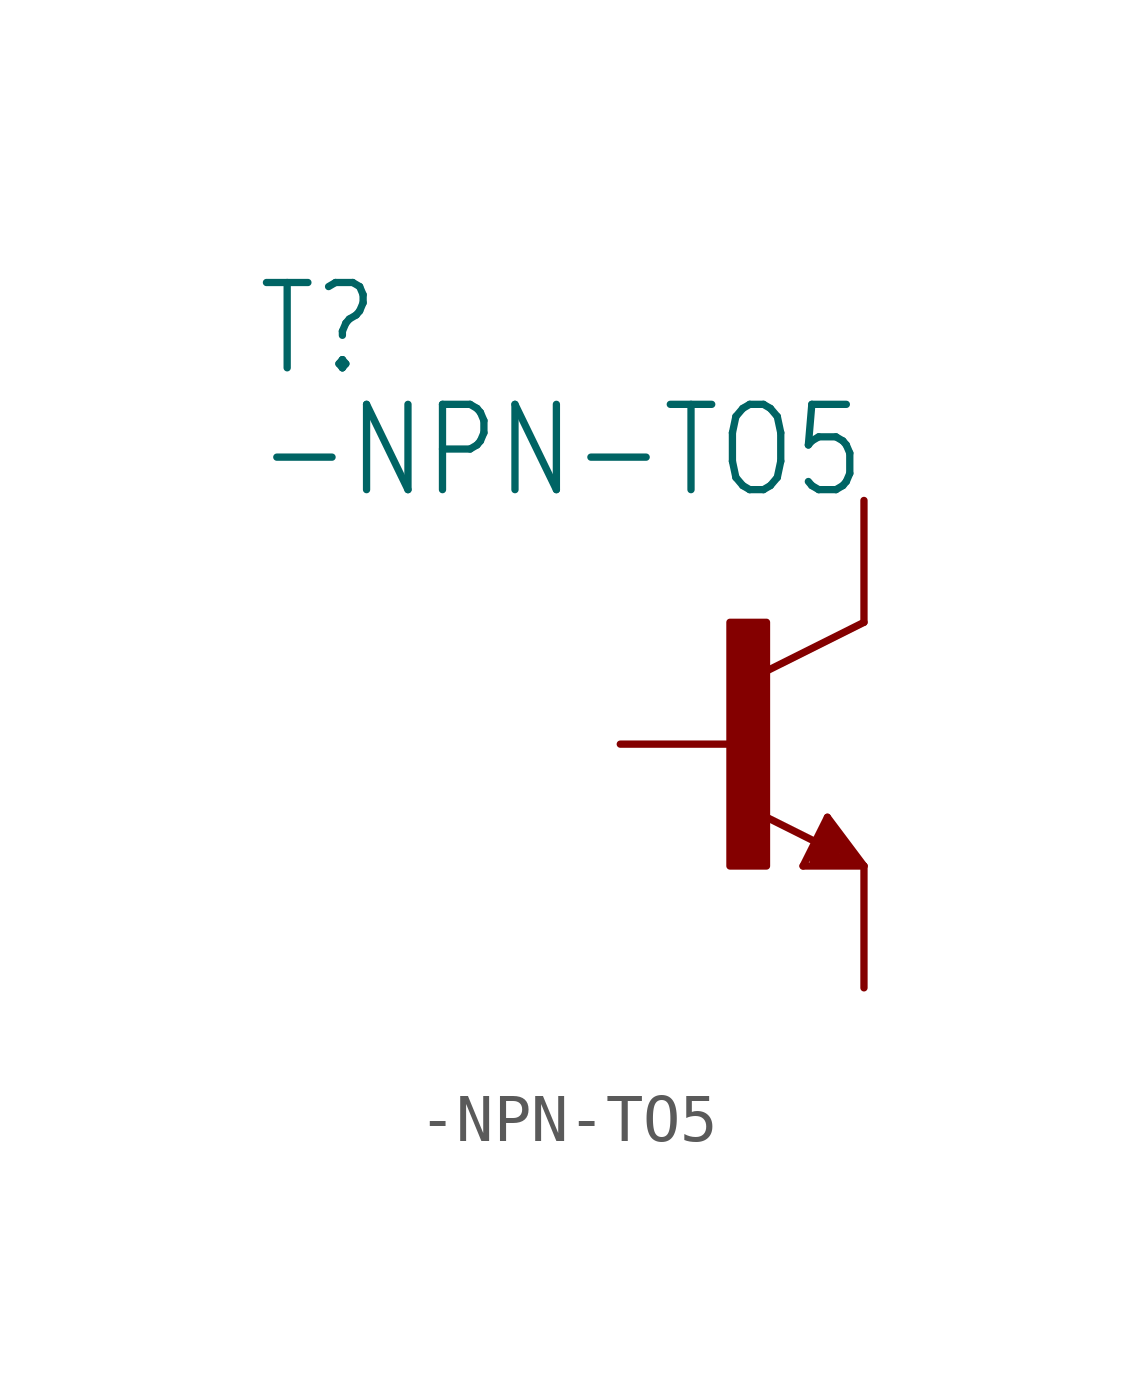
<source format=kicad_sym>
(kicad_symbol_lib
  (version 20211014)
  (generator kicad_symbol_editor)
  (symbol "-NPN-TO5"
    (property "Reference" "T"
      (at -10.16 7.62 0)
      (effects (font (size 1.778 1.511)) (justify left bottom)))
    (property "Value" "-NPN-TO5"
      (at -10.16 5.08 0)
      (effects (font (size 1.778 1.511)) (justify left bottom)))
    (property "ki_locked" ""
      (at 0 0 0)
      (effects (font (size 1.27 1.27))))
    (symbol "-NPN-TO5_1_0"
      (rectangle (start -0.254 -2.54) (end 0.508 2.54) (stroke (width 0) (type default) (color 0 0 0 0)) (fill (type outline)))
      (polyline (pts (xy 1.27 -2.54) (xy 1.778 -1.524)) (stroke (width 0.152) (type default) (color 0 0 0 0)) (fill (type none)))
      (polyline (pts (xy 1.524 -2.413) (xy 2.286 -2.413)) (stroke (width 0.254) (type default) (color 0 0 0 0)) (fill (type none)))
      (polyline (pts (xy 1.524 -2.286) (xy 1.905 -2.286)) (stroke (width 0.254) (type default) (color 0 0 0 0)) (fill (type none)))
      (polyline (pts (xy 1.54 -2.04) (xy 0.308 -1.424)) (stroke (width 0.152) (type default) (color 0 0 0 0)) (fill (type none)))
      (polyline (pts (xy 1.778 -1.778) (xy 1.524 -2.286)) (stroke (width 0.254) (type default) (color 0 0 0 0)) (fill (type none)))
      (polyline (pts (xy 1.778 -1.524) (xy 2.54 -2.54)) (stroke (width 0.152) (type default) (color 0 0 0 0)) (fill (type none)))
      (polyline (pts (xy 1.905 -2.286) (xy 1.778 -2.032)) (stroke (width 0.254) (type default) (color 0 0 0 0)) (fill (type none)))
      (polyline (pts (xy 2.286 -2.413) (xy 1.778 -1.778)) (stroke (width 0.254) (type default) (color 0 0 0 0)) (fill (type none)))
      (polyline (pts (xy 2.54 -2.54) (xy 1.27 -2.54)) (stroke (width 0.152) (type default) (color 0 0 0 0)) (fill (type none)))
      (polyline (pts (xy 2.54 2.54) (xy 0.508 1.524)) (stroke (width 0.152) (type default) (color 0 0 0 0)) (fill (type none)))
      (pin passive line (at 2.54 -5.08 90) (length 2.54) (name "E" (effects (font (size 0 0)))) (number "1" (effects (font (size 0 0)))))
      (pin passive line (at -2.54 0 0) (length 2.54) (name "B" (effects (font (size 0 0)))) (number "2" (effects (font (size 0 0)))))
      (pin passive line (at 2.54 5.08 270) (length 2.54) (name "C" (effects (font (size 0 0)))) (number "3" (effects (font (size 0 0))))))))
</source>
